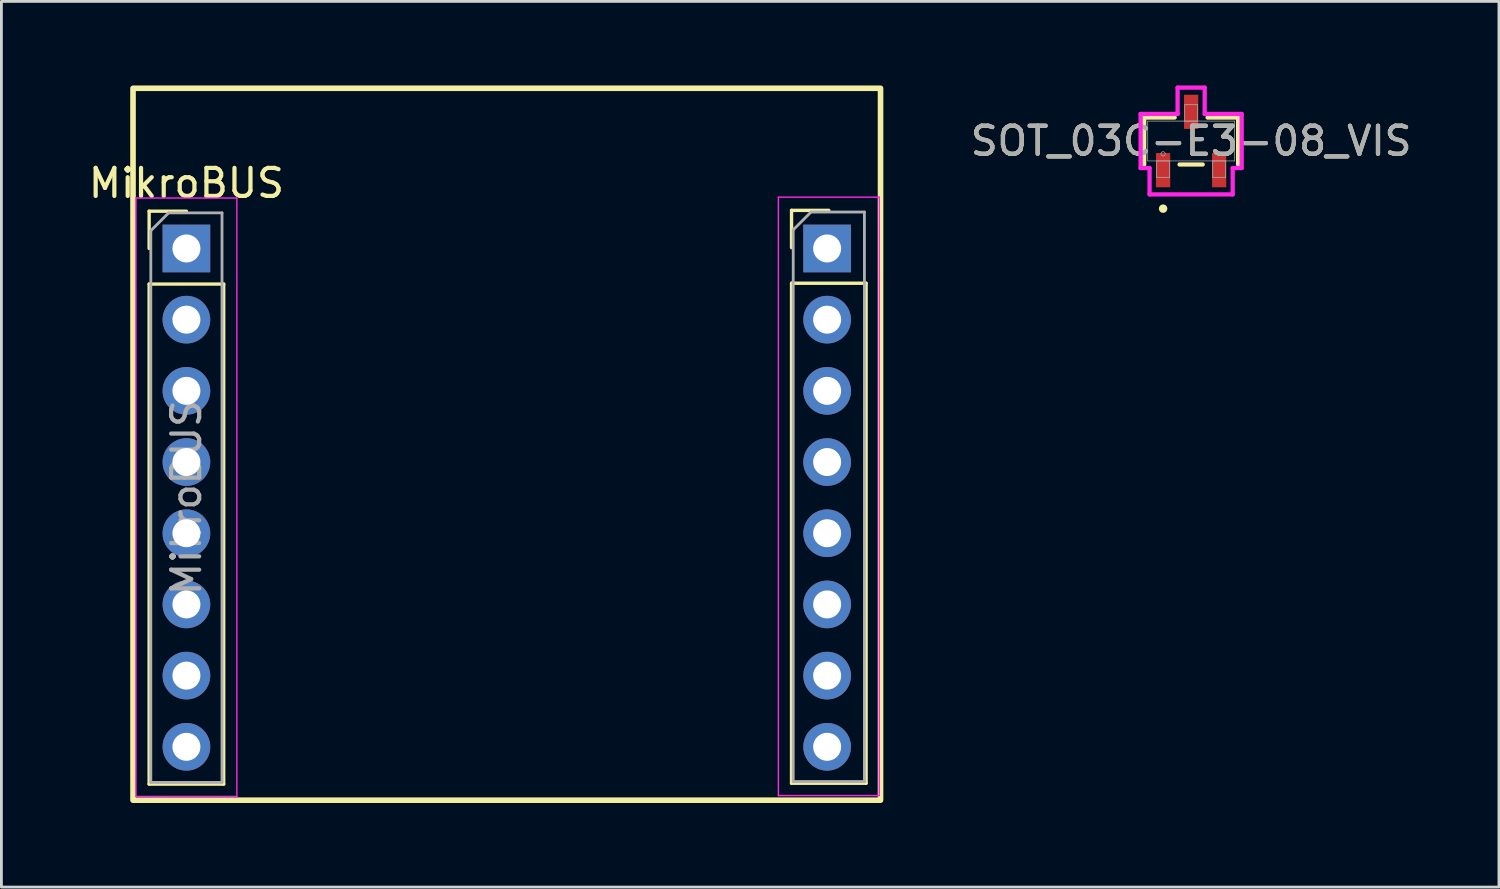
<source format=kicad_pcb>
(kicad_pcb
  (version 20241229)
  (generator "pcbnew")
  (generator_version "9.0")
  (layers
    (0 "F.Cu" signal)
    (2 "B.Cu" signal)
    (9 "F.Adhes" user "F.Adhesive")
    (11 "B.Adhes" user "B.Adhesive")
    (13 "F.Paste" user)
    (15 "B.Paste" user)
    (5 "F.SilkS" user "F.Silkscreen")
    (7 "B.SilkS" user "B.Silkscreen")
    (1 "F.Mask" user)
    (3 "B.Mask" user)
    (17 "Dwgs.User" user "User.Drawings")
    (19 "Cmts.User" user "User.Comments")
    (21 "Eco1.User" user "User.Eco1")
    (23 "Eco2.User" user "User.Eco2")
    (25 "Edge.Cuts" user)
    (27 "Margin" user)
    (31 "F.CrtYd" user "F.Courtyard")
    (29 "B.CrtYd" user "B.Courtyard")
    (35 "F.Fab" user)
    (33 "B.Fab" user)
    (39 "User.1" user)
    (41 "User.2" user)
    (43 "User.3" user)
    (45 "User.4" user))
  (footprint "MikroBUS"
    (layer "F.Cu")
    (at 3.601 5.815)
    (property "Reference" "MikroBUS" (at 0 -2.33 0) (layer "F.SilkS") (effects (font (size 1 1) (thickness 0.15))))
    (attr through_hole)
    (fp_line (start -1.33 -1.33) (end 0 -1.33) (stroke (width 0.12) (type solid)) (layer "F.SilkS"))
    (fp_line (start -1.33 0) (end -1.33 -1.33) (stroke (width 0.12) (type solid)) (layer "F.SilkS"))
    (fp_line (start -1.33 1.27) (end -1.33 19.11) (stroke (width 0.12) (type solid)) (layer "F.SilkS"))
    (fp_line (start -1.33 1.27) (end 1.33 1.27) (stroke (width 0.12) (type solid)) (layer "F.SilkS"))
    (fp_line (start -1.33 19.11) (end 1.33 19.11) (stroke (width 0.12) (type solid)) (layer "F.SilkS"))
    (fp_line (start 1.33 1.27) (end 1.33 19.11) (stroke (width 0.12) (type solid)) (layer "F.SilkS"))
    (fp_line (start 21.59 -1.36) (end 22.92 -1.36) (stroke (width 0.12) (type solid)) (layer "F.SilkS"))
    (fp_line (start 21.59 -0.03) (end 21.59 -1.36) (stroke (width 0.12) (type solid)) (layer "F.SilkS"))
    (fp_line (start 21.59 1.24) (end 21.59 19.08) (stroke (width 0.12) (type solid)) (layer "F.SilkS"))
    (fp_line (start 21.59 1.24) (end 24.25 1.24) (stroke (width 0.12) (type solid)) (layer "F.SilkS"))
    (fp_line (start 21.59 19.08) (end 24.25 19.08) (stroke (width 0.12) (type solid)) (layer "F.SilkS"))
    (fp_line (start 24.25 1.24) (end 24.25 19.08) (stroke (width 0.12) (type solid)) (layer "F.SilkS"))
    (fp_rect (start -1.905 -5.715) (end 24.765 19.685) (stroke (width 0.2) (type default)) (fill no) (layer "F.SilkS"))
    (fp_line (start -1.8 -1.8) (end -1.8 19.55) (stroke (width 0.05) (type solid)) (layer "F.CrtYd"))
    (fp_line (start -1.8 19.55) (end 1.8 19.55) (stroke (width 0.05) (type solid)) (layer "F.CrtYd"))
    (fp_line (start 1.8 -1.8) (end -1.8 -1.8) (stroke (width 0.05) (type solid)) (layer "F.CrtYd"))
    (fp_line (start 1.8 19.55) (end 1.8 -1.8) (stroke (width 0.05) (type solid)) (layer "F.CrtYd"))
    (fp_line (start 21.12 -1.83) (end 21.12 19.52) (stroke (width 0.05) (type solid)) (layer "F.CrtYd"))
    (fp_line (start 21.12 19.52) (end 24.72 19.52) (stroke (width 0.05) (type solid)) (layer "F.CrtYd"))
    (fp_line (start 24.72 -1.83) (end 21.12 -1.83) (stroke (width 0.05) (type solid)) (layer "F.CrtYd"))
    (fp_line (start 24.72 19.52) (end 24.72 -1.83) (stroke (width 0.05) (type solid)) (layer "F.CrtYd"))
    (fp_line (start -1.27 -0.635) (end -0.635 -1.27) (stroke (width 0.1) (type solid)) (layer "F.Fab"))
    (fp_line (start -1.27 19.05) (end -1.27 -0.635) (stroke (width 0.1) (type solid)) (layer "F.Fab"))
    (fp_line (start -0.635 -1.27) (end 1.27 -1.27) (stroke (width 0.1) (type solid)) (layer "F.Fab"))
    (fp_line (start 1.27 -1.27) (end 1.27 19.05) (stroke (width 0.1) (type solid)) (layer "F.Fab"))
    (fp_line (start 1.27 19.05) (end -1.27 19.05) (stroke (width 0.1) (type solid)) (layer "F.Fab"))
    (fp_line (start 21.65 -0.665) (end 22.285 -1.3) (stroke (width 0.1) (type solid)) (layer "F.Fab"))
    (fp_line (start 21.65 19.02) (end 21.65 -0.665) (stroke (width 0.1) (type solid)) (layer "F.Fab"))
    (fp_line (start 22.285 -1.3) (end 24.19 -1.3) (stroke (width 0.1) (type solid)) (layer "F.Fab"))
    (fp_line (start 24.19 -1.3) (end 24.19 19.02) (stroke (width 0.1) (type solid)) (layer "F.Fab"))
    (fp_line (start 24.19 19.02) (end 21.65 19.02) (stroke (width 0.1) (type solid)) (layer "F.Fab"))
    (fp_text user "${REFERENCE}" (at 0 8.89 90) (layer "F.Fab") (effects (font (size 1 1) (thickness 0.15))))
    (pad "1" thru_hole rect (at 0 0) (size 1.7 1.7) (drill 1) (layers "*.Cu" "*.Mask"))
    (pad "2" thru_hole oval (at 0 2.54) (size 1.7 1.7) (drill 1) (layers "*.Cu" "*.Mask"))
    (pad "3" thru_hole oval (at 0 5.08) (size 1.7 1.7) (drill 1) (layers "*.Cu" "*.Mask"))
    (pad "4" thru_hole oval (at 0 7.62) (size 1.7 1.7) (drill 1) (layers "*.Cu" "*.Mask"))
    (pad "5" thru_hole oval (at 0 10.16) (size 1.7 1.7) (drill 1) (layers "*.Cu" "*.Mask"))
    (pad "6" thru_hole oval (at 0 12.7) (size 1.7 1.7) (drill 1) (layers "*.Cu" "*.Mask"))
    (pad "7" thru_hole oval (at 0 15.24) (size 1.7 1.7) (drill 1) (layers "*.Cu" "*.Mask"))
    (pad "8" thru_hole oval (at 0 17.78) (size 1.7 1.7) (drill 1) (layers "*.Cu" "*.Mask"))
    (pad "9" thru_hole rect (at 22.86 0) (size 1.7 1.7) (drill 1) (layers "*.Cu" "*.Mask"))
    (pad "10" thru_hole oval (at 22.86 2.54) (size 1.7 1.7) (drill 1) (layers "*.Cu" "*.Mask"))
    (pad "11" thru_hole oval (at 22.86 5.08) (size 1.7 1.7) (drill 1) (layers "*.Cu" "*.Mask"))
    (pad "12" thru_hole oval (at 22.86 7.62) (size 1.7 1.7) (drill 1) (layers "*.Cu" "*.Mask"))
    (pad "13" thru_hole oval (at 22.86 10.16) (size 1.7 1.7) (drill 1) (layers "*.Cu" "*.Mask"))
    (pad "14" thru_hole oval (at 22.86 12.7) (size 1.7 1.7) (drill 1) (layers "*.Cu" "*.Mask"))
    (pad "15" thru_hole oval (at 22.86 15.24) (size 1.7 1.7) (drill 1) (layers "*.Cu" "*.Mask"))
    (pad "16" thru_hole oval (at 22.86 17.78) (size 1.7 1.7) (drill 1) (layers "*.Cu" "*.Mask")))
  (footprint "SOT_03C-E3-08_VIS"
    (layer "F.Cu")
    (at 39.448 1.981)
    (property "Reference" "SOT_03C-E3-08_VIS" (at 0 0 0) (unlocked yes) (layer "F.SilkS") (effects (font (size 1 1) (thickness 0.15))))
    (attr smd)
    (fp_line (start -1.676 -0.838) (end -1.676 0.838) (stroke (width 0.152) (type solid)) (layer "F.SilkS"))
    (fp_line (start -0.587 -0.838) (end -1.676 -0.838) (stroke (width 0.152) (type solid)) (layer "F.SilkS"))
    (fp_line (start -0.413 0.838) (end 0.413 0.838) (stroke (width 0.152) (type solid)) (layer "F.SilkS"))
    (fp_line (start 1.676 -0.838) (end 0.587 -0.838) (stroke (width 0.152) (type solid)) (layer "F.SilkS"))
    (fp_line (start 1.676 0.838) (end 1.676 -0.838) (stroke (width 0.152) (type solid)) (layer "F.SilkS"))
    (fp_circle (center -1 2.413) (end -0.924 2.413) (stroke (width 0.152) (type solid)) (fill no) (layer "F.SilkS"))
    (fp_line (start -1.803 -0.965) (end -0.483 -0.965) (stroke (width 0.152) (type solid)) (layer "F.CrtYd"))
    (fp_line (start -1.803 0.965) (end -1.803 -0.965) (stroke (width 0.152) (type solid)) (layer "F.CrtYd"))
    (fp_line (start -1.803 0.965) (end -1.483 0.965) (stroke (width 0.152) (type solid)) (layer "F.CrtYd"))
    (fp_line (start -1.483 0.965) (end -1.483 1.905) (stroke (width 0.152) (type solid)) (layer "F.CrtYd"))
    (fp_line (start -1.483 1.905) (end 1.483 1.905) (stroke (width 0.152) (type solid)) (layer "F.CrtYd"))
    (fp_line (start -0.483 -1.905) (end 0.483 -1.905) (stroke (width 0.152) (type solid)) (layer "F.CrtYd"))
    (fp_line (start -0.483 -0.965) (end -0.483 -1.905) (stroke (width 0.152) (type solid)) (layer "F.CrtYd"))
    (fp_line (start 0.483 -0.965) (end 0.483 -1.905) (stroke (width 0.152) (type solid)) (layer "F.CrtYd"))
    (fp_line (start 1.483 0.965) (end 1.483 1.905) (stroke (width 0.152) (type solid)) (layer "F.CrtYd"))
    (fp_line (start 1.803 -0.965) (end 0.483 -0.965) (stroke (width 0.152) (type solid)) (layer "F.CrtYd"))
    (fp_line (start 1.803 -0.965) (end 1.803 0.965) (stroke (width 0.152) (type solid)) (layer "F.CrtYd"))
    (fp_line (start 1.803 0.965) (end 1.483 0.965) (stroke (width 0.152) (type solid)) (layer "F.CrtYd"))
    (fp_line (start -1.549 -0.711) (end -1.549 0.711) (stroke (width 0.025) (type solid)) (layer "F.Fab"))
    (fp_line (start -1.549 0.711) (end 1.549 0.711) (stroke (width 0.025) (type solid)) (layer "F.Fab"))
    (fp_line (start -1.229 0.711) (end -1.229 1.295) (stroke (width 0.025) (type solid)) (layer "F.Fab"))
    (fp_line (start -1.229 1.295) (end -0.771 1.295) (stroke (width 0.025) (type solid)) (layer "F.Fab"))
    (fp_line (start -0.771 0.711) (end -1.229 0.711) (stroke (width 0.025) (type solid)) (layer "F.Fab"))
    (fp_line (start -0.771 1.295) (end -0.771 0.711) (stroke (width 0.025) (type solid)) (layer "F.Fab"))
    (fp_line (start -0.229 -1.295) (end -0.229 -0.711) (stroke (width 0.025) (type solid)) (layer "F.Fab"))
    (fp_line (start -0.229 -0.711) (end 0.229 -0.711) (stroke (width 0.025) (type solid)) (layer "F.Fab"))
    (fp_line (start 0.229 -1.295) (end -0.229 -1.295) (stroke (width 0.025) (type solid)) (layer "F.Fab"))
    (fp_line (start 0.229 -0.711) (end 0.229 -1.295) (stroke (width 0.025) (type solid)) (layer "F.Fab"))
    (fp_line (start 0.771 0.711) (end 0.771 1.295) (stroke (width 0.025) (type solid)) (layer "F.Fab"))
    (fp_line (start 0.771 1.295) (end 1.229 1.295) (stroke (width 0.025) (type solid)) (layer "F.Fab"))
    (fp_line (start 1.229 0.711) (end 0.771 0.711) (stroke (width 0.025) (type solid)) (layer "F.Fab"))
    (fp_line (start 1.229 1.295) (end 1.229 0.711) (stroke (width 0.025) (type solid)) (layer "F.Fab"))
    (fp_line (start 1.549 -0.711) (end -1.549 -0.711) (stroke (width 0.025) (type solid)) (layer "F.Fab"))
    (fp_line (start 1.549 0.711) (end 1.549 -0.711) (stroke (width 0.025) (type solid)) (layer "F.Fab"))
    (fp_circle (center -1 0.457) (end -0.924 0.457) (stroke (width 0.025) (type solid)) (fill no) (layer "F.Fab"))
    (fp_text user "${REFERENCE}" (at 0 0 0) (unlocked yes) (layer "F.Fab") (effects (font (size 1 1) (thickness 0.15))))
    (pad "1" smd rect (at -1 1.041) (size 0.508 1.219) (layers "F.Cu" "F.Mask" "F.Paste"))
    (pad "2" smd rect (at 1 1.041) (size 0.508 1.219) (layers "F.Cu" "F.Mask" "F.Paste"))
    (pad "3" smd rect (at 0 -1.041) (size 0.508 1.219) (layers "F.Cu" "F.Mask" "F.Paste")))
  (gr_rect
    (start -3 -3)
    (end 50.43 28.6)
    (stroke (width 0.1) (type default))
    (fill no)
    (layer "Edge.Cuts")))
</source>
